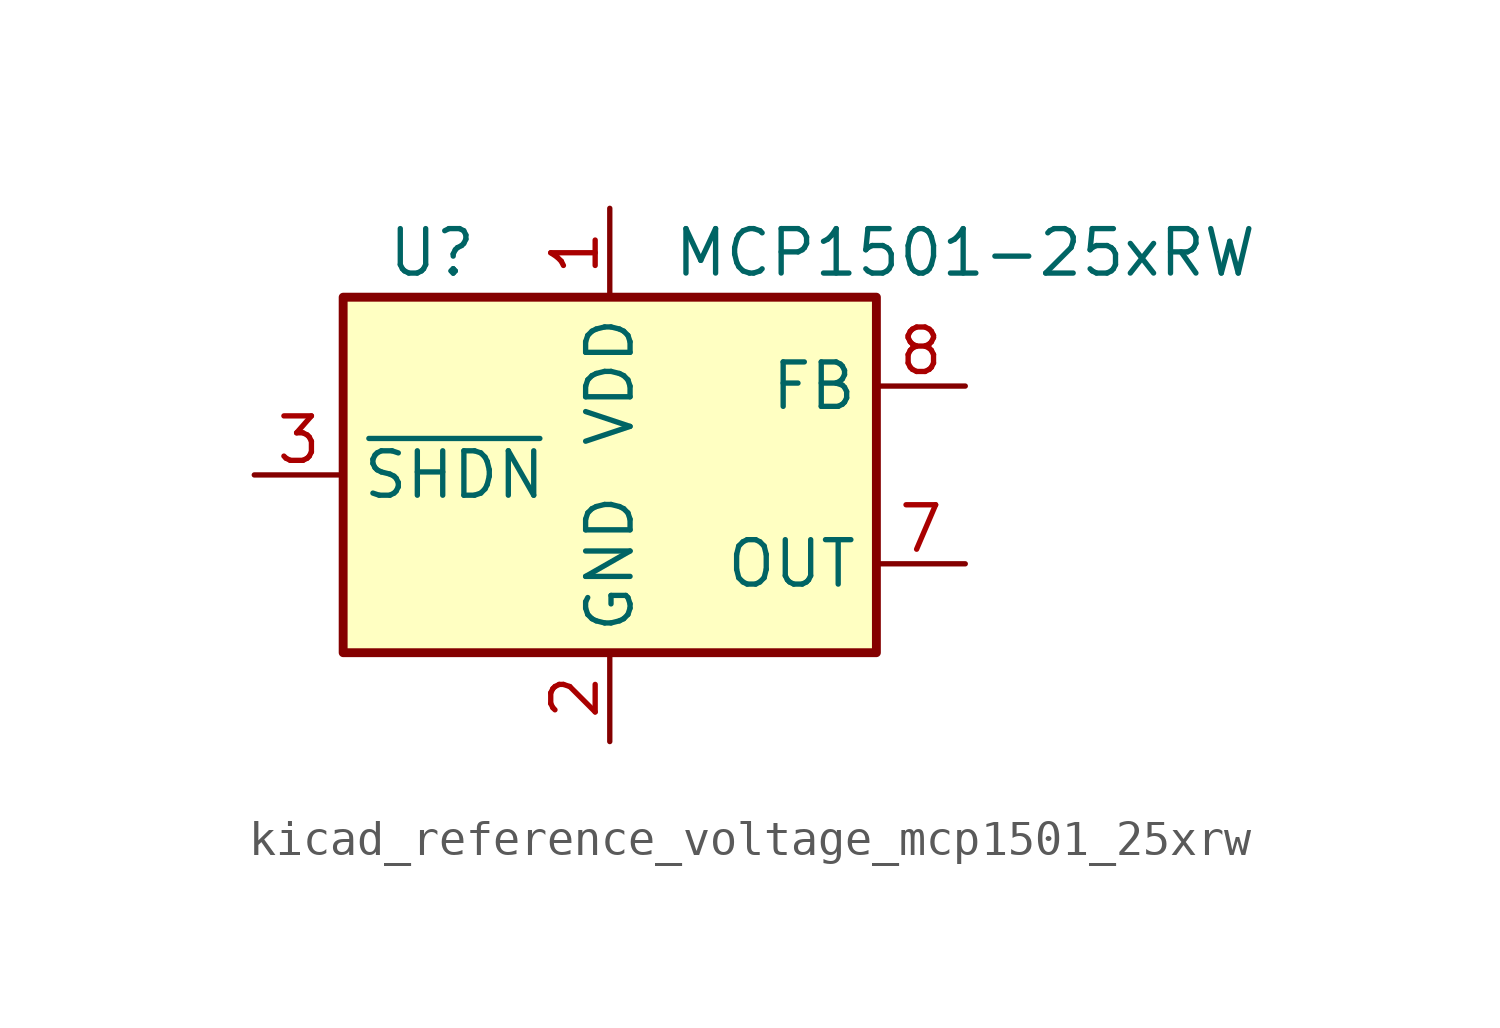
<source format=kicad_sym>
(kicad_symbol_lib
  (version 20220914)
  (generator kicad_symbol_editor)
  (symbol "kicad_reference_voltage_mcp1501_25xrw"
    (property "Reference" "U"
      (at -5.08 6.35 0)
      (effects (font (size 1.27 1.27))))
    (property "Value" "MCP1501-25xRW"
      (at 10.16 6.35 0)
      (effects (font (size 1.27 1.27))))
    (symbol "kicad_reference_voltage_mcp1501_25xrw_0_0"
      (pin power_in line (at 0 7.62 270) (length 2.54) (name "VDD" (effects (font (size 1.27 1.27)))) (number "1" (effects (font (size 1.27 1.27)))))
      (pin power_in line (at 0 -7.62 90) (length 2.54) (name "GND" (effects (font (size 1.27 1.27)))) (number "2" (effects (font (size 1.27 1.27)))))
      (pin input line (at -10.16 0 0) (length 2.54) (name "~{SHDN}" (effects (font (size 1.27 1.27)))) (number "3" (effects (font (size 1.27 1.27)))))
      (pin passive line (at 0 -7.62 90) (length 2.54) hide (name "GND" (effects (font (size 1.27 1.27)))) (number "4" (effects (font (size 1.27 1.27)))))
      (pin passive line (at 0 -7.62 90) (length 2.54) hide (name "GND" (effects (font (size 1.27 1.27)))) (number "5" (effects (font (size 1.27 1.27)))))
      (pin passive line (at 0 -7.62 90) (length 2.54) hide (name "GND" (effects (font (size 1.27 1.27)))) (number "6" (effects (font (size 1.27 1.27)))))
      (pin power_out line (at 10.16 -2.54 180) (length 2.54) (name "OUT" (effects (font (size 1.27 1.27)))) (number "7" (effects (font (size 1.27 1.27)))))
      (pin input line (at 10.16 2.54 180) (length 2.54) (name "FB" (effects (font (size 1.27 1.27)))) (number "8" (effects (font (size 1.27 1.27))))))
    (symbol "kicad_reference_voltage_mcp1501_25xrw_0_1"
      (rectangle (start -7.62 5.08) (end 7.62 -5.08) (stroke (width 0.254) (type default)) (fill (type background))))))
</source>
